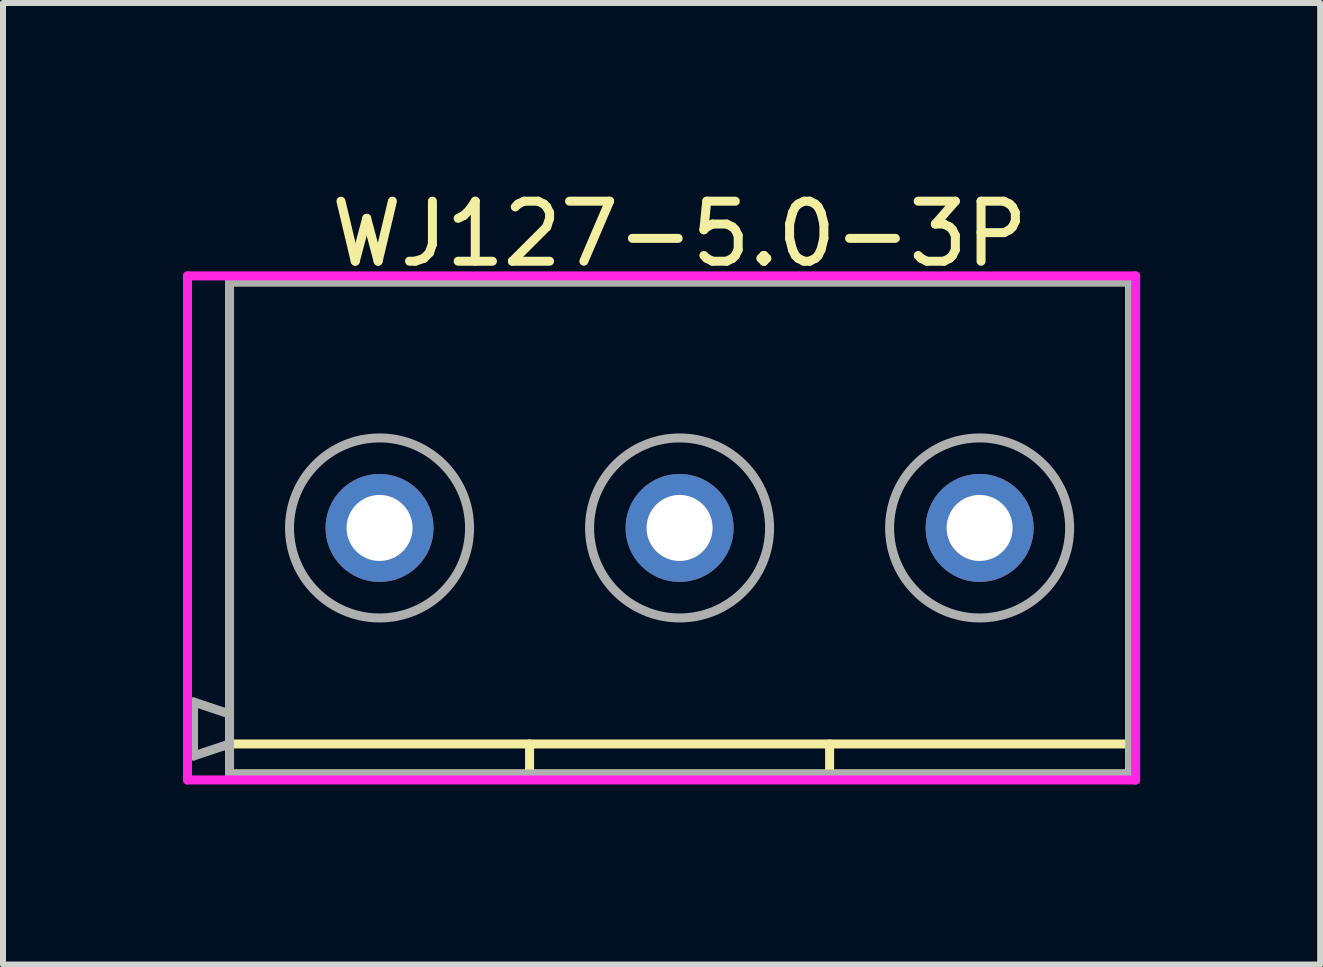
<source format=kicad_pcb>
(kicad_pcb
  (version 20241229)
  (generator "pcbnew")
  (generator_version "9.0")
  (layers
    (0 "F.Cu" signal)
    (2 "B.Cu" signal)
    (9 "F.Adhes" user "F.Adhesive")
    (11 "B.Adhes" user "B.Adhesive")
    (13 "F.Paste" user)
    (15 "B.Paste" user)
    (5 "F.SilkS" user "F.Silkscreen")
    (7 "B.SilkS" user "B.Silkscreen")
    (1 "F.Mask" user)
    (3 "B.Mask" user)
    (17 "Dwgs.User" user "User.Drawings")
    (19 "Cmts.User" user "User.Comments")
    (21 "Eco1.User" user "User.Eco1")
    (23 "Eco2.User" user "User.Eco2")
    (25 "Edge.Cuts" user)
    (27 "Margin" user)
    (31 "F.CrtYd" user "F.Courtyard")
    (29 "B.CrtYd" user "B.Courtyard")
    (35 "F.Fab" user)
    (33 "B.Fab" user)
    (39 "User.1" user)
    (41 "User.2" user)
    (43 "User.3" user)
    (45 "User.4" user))
  (footprint "WJ127-5.0-3P"
    (layer "F.Cu")
    (at 3.275 5.748)
    (property "Reference" "WJ127-5.0-3P" (at 5 -4.9 0) (layer "F.SilkS") (effects (font (size 1 1) (thickness 0.15))))
    (attr through_hole)
    (fp_line (start -2.5 -4.1) (end 12.5 -4.1) (stroke (width 0.15) (type solid)) (layer "F.SilkS"))
    (fp_line (start -2.5 3.6) (end 12.5 3.6) (stroke (width 0.15) (type solid)) (layer "F.SilkS"))
    (fp_line (start -2.5 4.1) (end -2.5 -4.1) (stroke (width 0.15) (type solid)) (layer "F.SilkS"))
    (fp_line (start 2.5 4.1) (end 2.5 3.6) (stroke (width 0.15) (type solid)) (layer "F.SilkS"))
    (fp_line (start 7.5 3.6) (end 7.5 4.1) (stroke (width 0.15) (type solid)) (layer "F.SilkS"))
    (fp_line (start 12.5 -4.1) (end 12.5 4.1) (stroke (width 0.15) (type solid)) (layer "F.SilkS"))
    (fp_line (start 12.5 4.1) (end -2.5 4.1) (stroke (width 0.15) (type solid)) (layer "F.SilkS"))
    (fp_line (start -3.2 -4.2) (end 12.6 -4.2) (stroke (width 0.15) (type solid)) (layer "F.CrtYd"))
    (fp_line (start -3.2 4.2) (end -3.2 -4.2) (stroke (width 0.15) (type solid)) (layer "F.CrtYd"))
    (fp_line (start -3.2 4.2) (end 12.6 4.2) (stroke (width 0.15) (type solid)) (layer "F.CrtYd"))
    (fp_line (start 12.6 -4.2) (end 12.6 4.2) (stroke (width 0.15) (type solid)) (layer "F.CrtYd"))
    (fp_line (start -3.1 2.9) (end -2.5 3.1) (stroke (width 0.15) (type solid)) (layer "F.Fab"))
    (fp_line (start -3.1 3.8) (end -3.1 2.9) (stroke (width 0.15) (type solid)) (layer "F.Fab"))
    (fp_line (start -2.5 -4.1) (end 12.5 -4.1) (stroke (width 0.15) (type solid)) (layer "F.Fab"))
    (fp_line (start -2.5 3.6) (end -3.1 3.8) (stroke (width 0.15) (type solid)) (layer "F.Fab"))
    (fp_line (start -2.5 4.1) (end -2.5 -4.1) (stroke (width 0.15) (type solid)) (layer "F.Fab"))
    (fp_line (start 12.5 -4.1) (end 12.5 4.1) (stroke (width 0.15) (type solid)) (layer "F.Fab"))
    (fp_line (start 12.5 4.1) (end -2.5 4.1) (stroke (width 0.15) (type solid)) (layer "F.Fab"))
    (fp_circle (center 0 0) (end 1.5 0) (stroke (width 0.15) (type solid)) (fill no) (layer "F.Fab"))
    (fp_circle (center 5 0) (end 3.5 0) (stroke (width 0.15) (type solid)) (fill no) (layer "F.Fab"))
    (fp_circle (center 10 0) (end 8.5 0) (stroke (width 0.15) (type solid)) (fill no) (layer "F.Fab"))
    (pad "1" thru_hole circle (at 0 0) (size 1.8 1.8) (drill 1.1) (layers "*.Cu" "*.Mask"))
    (pad "2" thru_hole circle (at 5 0) (size 1.8 1.8) (drill 1.1) (layers "*.Cu" "*.Mask"))
    (pad "3" thru_hole circle (at 10 0) (size 1.8 1.8) (drill 1.1) (layers "*.Cu" "*.Mask")))
  (gr_rect
    (start -3 -3)
    (end 18.95 13.023)
    (stroke (width 0.1) (type default))
    (fill no)
    (layer "Edge.Cuts")))
</source>
